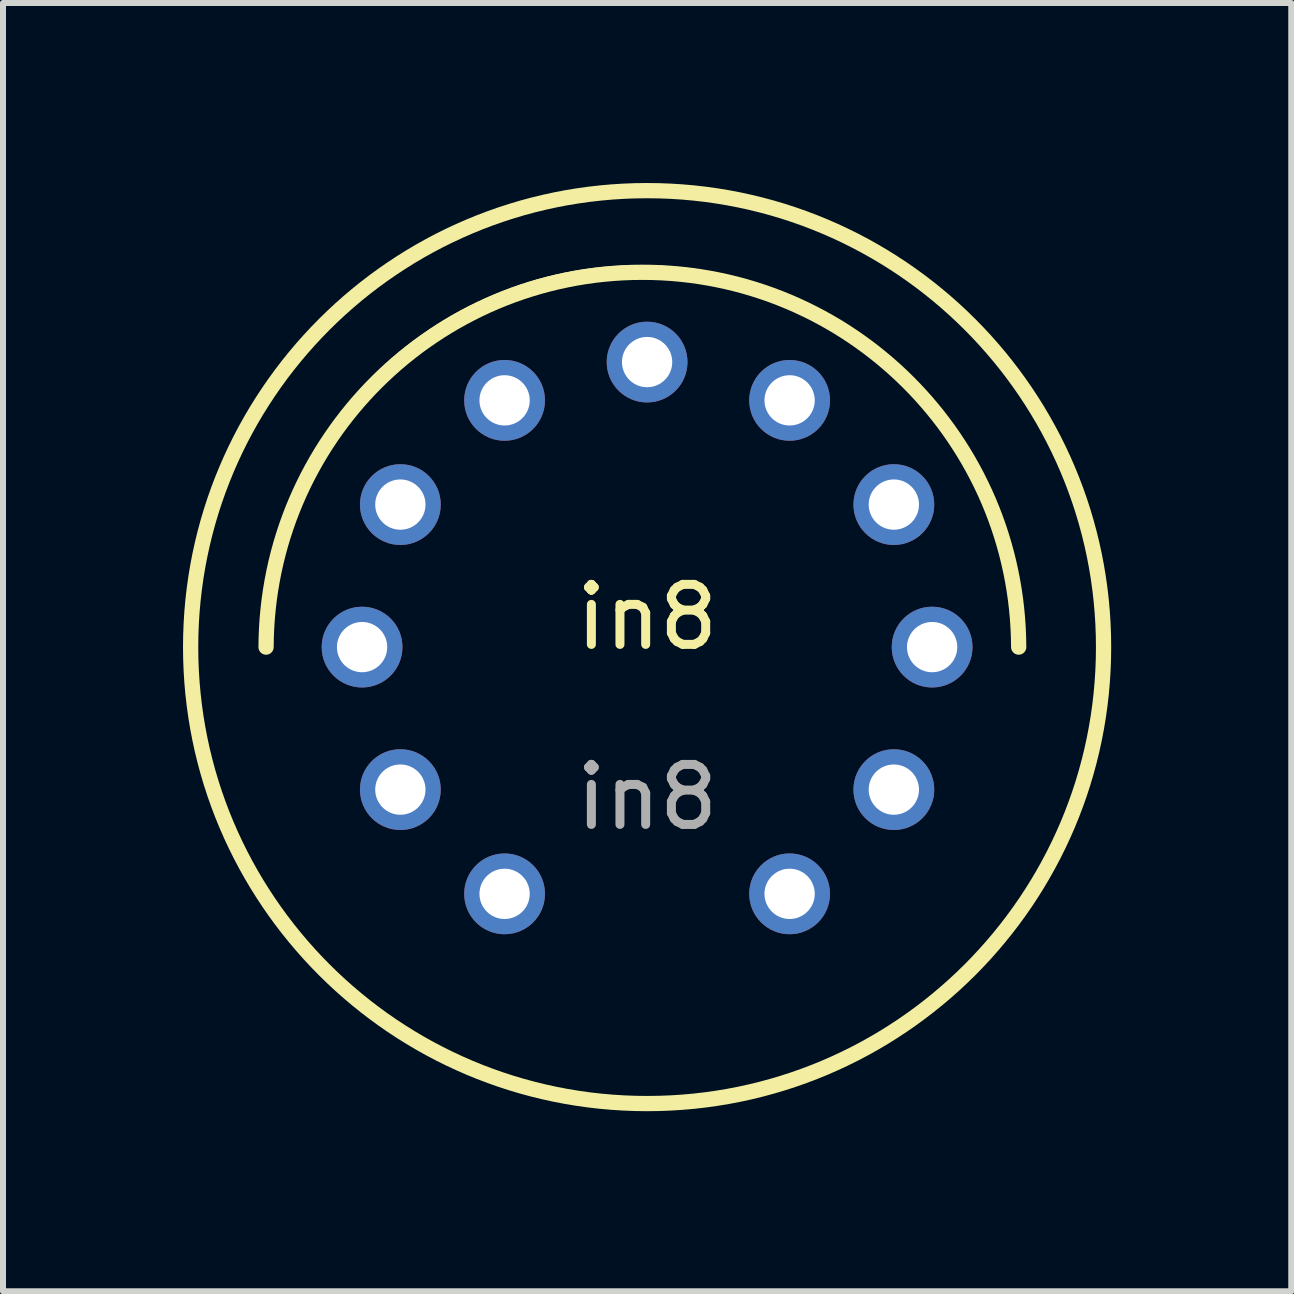
<source format=kicad_pcb>
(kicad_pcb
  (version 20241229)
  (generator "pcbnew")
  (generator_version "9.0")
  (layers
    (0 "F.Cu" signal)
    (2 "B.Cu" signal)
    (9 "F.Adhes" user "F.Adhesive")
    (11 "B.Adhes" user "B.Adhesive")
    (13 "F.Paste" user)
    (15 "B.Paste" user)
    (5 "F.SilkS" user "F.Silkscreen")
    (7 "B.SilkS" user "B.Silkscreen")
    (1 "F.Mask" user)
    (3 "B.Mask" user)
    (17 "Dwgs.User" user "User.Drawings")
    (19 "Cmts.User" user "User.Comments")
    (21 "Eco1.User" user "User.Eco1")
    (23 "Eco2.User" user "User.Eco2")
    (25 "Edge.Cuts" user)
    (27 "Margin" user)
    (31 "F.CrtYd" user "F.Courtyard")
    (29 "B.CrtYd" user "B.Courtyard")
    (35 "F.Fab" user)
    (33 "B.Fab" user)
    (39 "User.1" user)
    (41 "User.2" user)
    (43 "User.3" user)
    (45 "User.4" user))
  (footprint "in8"
    (layer "F.Cu")
    (at 7.734 7.734)
    (property "Reference" "in8" (at 0 -0.5 0) (unlocked yes) (layer "F.SilkS") (effects (font (size 1 1) (thickness 0.15))))
    (attr smd)
    (fp_arc (start -6.35762 -0.08636) (mid -0.094355 -6.319533) (end 6.144282 -0.06171) (stroke (width 0.127) (type solid)) (layer "F.SilkS"))
    (fp_arc (start -6.35 0) (mid -0.07874 -6.27126) (end 6.19252 0) (stroke (width 0.254) (type solid)) (layer "F.SilkS"))
    (fp_circle (center 0 0) (end 0 -7.62) (stroke (width 0.127) (type solid)) (fill no) (layer "F.SilkS"))
    (fp_circle (center 0 0) (end 0 -7.607) (stroke (width 0.254) (type solid)) (fill no) (layer "F.SilkS"))
    (fp_text user "${REFERENCE}" (at 0 2.5 0) (unlocked yes) (layer "F.Fab") (effects (font (size 1 1) (thickness 0.15))))
    (pad "0" thru_hole circle (at -4.112 2.375) (size 1.346 1.346) (drill 0.838) (layers "*.Cu" "*.Mask"))
    (pad "1" thru_hole circle (at 2.375 4.112) (size 1.346 1.346) (drill 0.838) (layers "*.Cu" "*.Mask"))
    (pad "2" thru_hole circle (at 4.112 2.375) (size 1.346 1.346) (drill 0.838) (layers "*.Cu" "*.Mask"))
    (pad "3" thru_hole circle (at 4.75 0) (size 1.346 1.346) (drill 0.838) (layers "*.Cu" "*.Mask"))
    (pad "4" thru_hole circle (at 4.112 -2.375) (size 1.346 1.346) (drill 0.838) (layers "*.Cu" "*.Mask"))
    (pad "5" thru_hole circle (at 2.375 -4.112) (size 1.346 1.346) (drill 0.838) (layers "*.Cu" "*.Mask"))
    (pad "6" thru_hole circle (at 0 -4.75) (size 1.346 1.346) (drill 0.838) (layers "*.Cu" "*.Mask"))
    (pad "7" thru_hole circle (at -2.375 -4.112) (size 1.346 1.346) (drill 0.838) (layers "*.Cu" "*.Mask"))
    (pad "8" thru_hole circle (at -4.112 -2.375) (size 1.346 1.346) (drill 0.838) (layers "*.Cu" "*.Mask"))
    (pad "9" thru_hole circle (at -4.75 0) (size 1.346 1.346) (drill 0.838) (layers "*.Cu" "*.Mask"))
    (pad "A" thru_hole circle (at -2.375 4.112) (size 1.346 1.346) (drill 0.838) (layers "*.Cu" "*.Mask")))
  (gr_rect
    (start -3 -3)
    (end 18.469 18.469)
    (stroke (width 0.1) (type default))
    (fill no)
    (layer "Edge.Cuts")))
</source>
